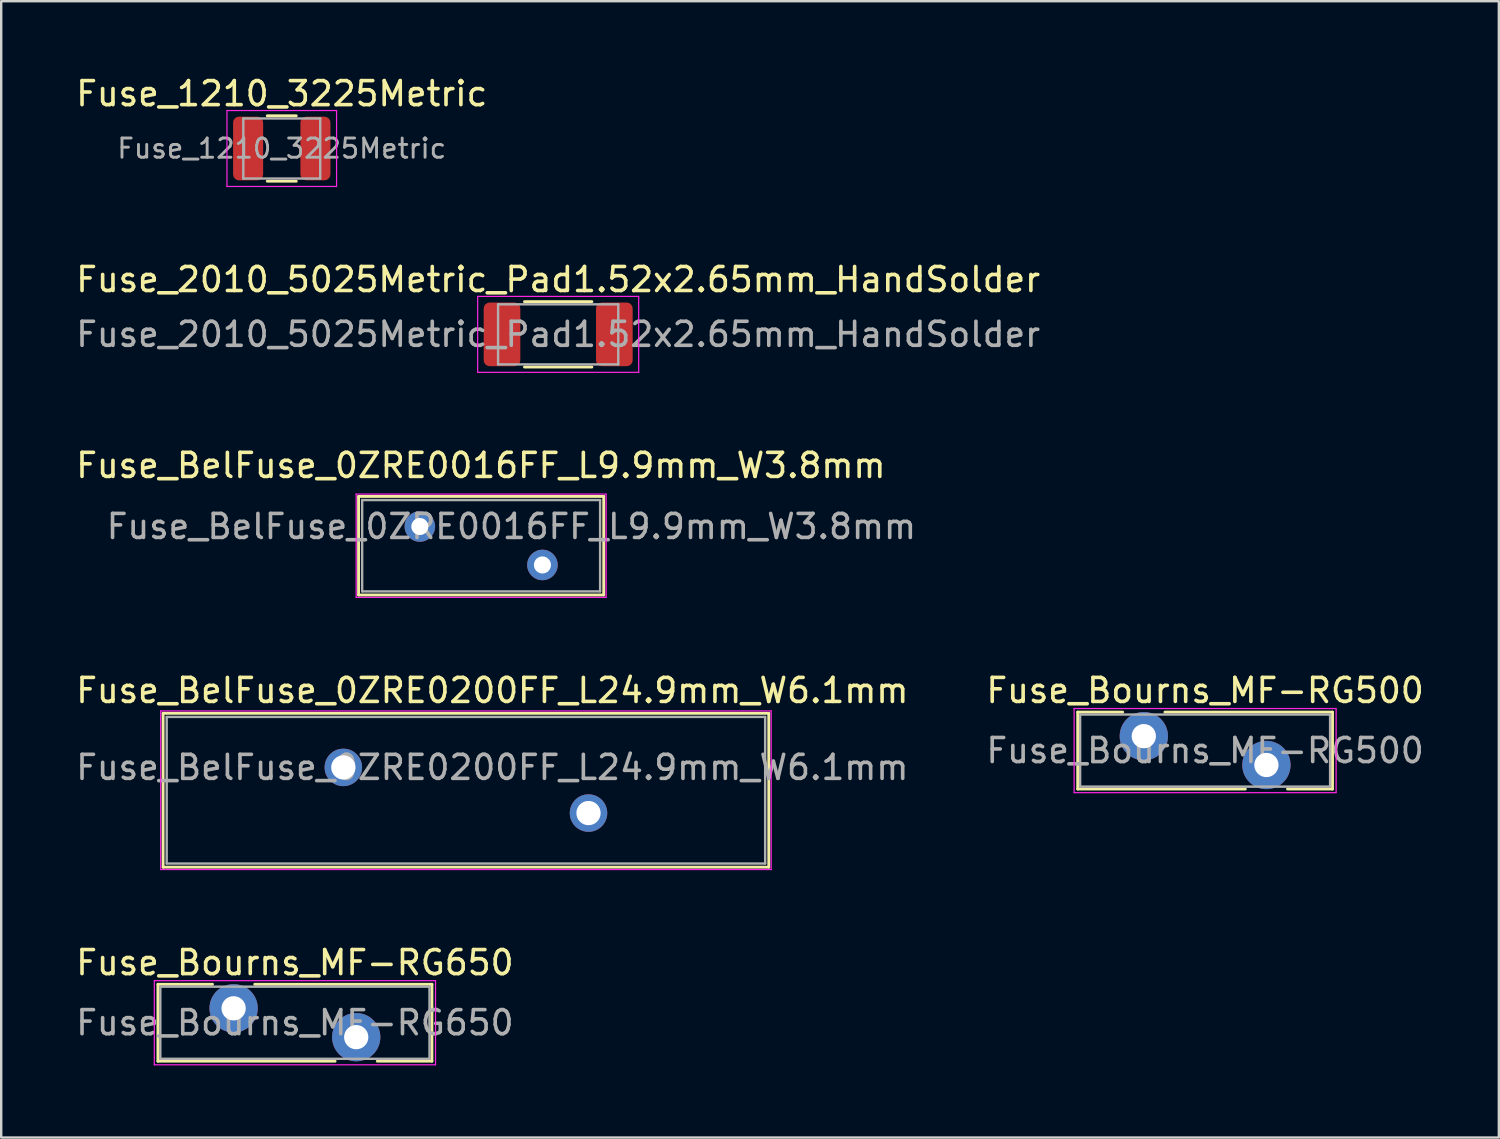
<source format=kicad_pcb>
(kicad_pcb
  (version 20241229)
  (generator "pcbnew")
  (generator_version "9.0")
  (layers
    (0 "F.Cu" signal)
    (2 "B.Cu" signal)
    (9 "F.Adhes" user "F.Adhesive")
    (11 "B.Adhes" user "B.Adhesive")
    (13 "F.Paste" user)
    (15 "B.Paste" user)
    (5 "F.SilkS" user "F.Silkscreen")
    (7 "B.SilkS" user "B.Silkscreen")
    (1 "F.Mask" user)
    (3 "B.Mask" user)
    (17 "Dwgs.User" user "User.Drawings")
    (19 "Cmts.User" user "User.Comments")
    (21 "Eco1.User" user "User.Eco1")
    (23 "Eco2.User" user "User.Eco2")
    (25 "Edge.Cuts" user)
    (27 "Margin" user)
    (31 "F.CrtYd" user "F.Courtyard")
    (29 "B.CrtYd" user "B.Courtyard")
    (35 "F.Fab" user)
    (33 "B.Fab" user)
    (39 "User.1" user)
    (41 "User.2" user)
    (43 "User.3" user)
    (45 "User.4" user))
  (footprint "Fuse_1210_3225Metric"
    (layer "F.Cu")
    (at 8.673 3.128)
    (property "Reference" "Fuse_1210_3225Metric" (at 0 -2.28 0) (layer "F.SilkS") (effects (font (size 1 1) (thickness 0.15))))
    (attr smd)
    (fp_line (start -0.602 -1.36) (end 0.602 -1.36) (stroke (width 0.12) (type solid)) (layer "F.SilkS"))
    (fp_line (start -0.602 1.36) (end 0.602 1.36) (stroke (width 0.12) (type solid)) (layer "F.SilkS"))
    (fp_line (start -2.28 -1.58) (end 2.28 -1.58) (stroke (width 0.05) (type solid)) (layer "F.CrtYd"))
    (fp_line (start -2.28 1.58) (end -2.28 -1.58) (stroke (width 0.05) (type solid)) (layer "F.CrtYd"))
    (fp_line (start 2.28 -1.58) (end 2.28 1.58) (stroke (width 0.05) (type solid)) (layer "F.CrtYd"))
    (fp_line (start 2.28 1.58) (end -2.28 1.58) (stroke (width 0.05) (type solid)) (layer "F.CrtYd"))
    (fp_line (start -1.6 -1.25) (end 1.6 -1.25) (stroke (width 0.1) (type solid)) (layer "F.Fab"))
    (fp_line (start -1.6 1.25) (end -1.6 -1.25) (stroke (width 0.1) (type solid)) (layer "F.Fab"))
    (fp_line (start 1.6 -1.25) (end 1.6 1.25) (stroke (width 0.1) (type solid)) (layer "F.Fab"))
    (fp_line (start 1.6 1.25) (end -1.6 1.25) (stroke (width 0.1) (type solid)) (layer "F.Fab"))
    (fp_text user "${REFERENCE}" (at 0 0 0) (layer "F.Fab") (effects (font (size 0.8 0.8) (thickness 0.12))))
    (pad "1" smd roundrect (at -1.4 0) (size 1.25 2.65) (layers "F.Cu" "F.Mask" "F.Paste") (roundrect_rratio 0.2))
    (pad "2" smd roundrect (at 1.4 0) (size 1.25 2.65) (layers "F.Cu" "F.Mask" "F.Paste") (roundrect_rratio 0.2)))
  (footprint "Fuse_Bourns_MF-RG650"
    (layer "F.Cu")
    (at 6.67 38.901)
    (property "Reference" "Fuse_Bourns_MF-RG650" (at 2.55 -1.9 0) (layer "F.SilkS") (effects (font (size 1 1) (thickness 0.15))))
    (attr through_hole)
    (fp_line (start -3.15 -1) (end -3.15 2.2) (stroke (width 0.12) (type solid)) (layer "F.SilkS"))
    (fp_line (start -3.15 -1) (end -0.879 -1) (stroke (width 0.12) (type solid)) (layer "F.SilkS"))
    (fp_line (start -3.15 2.2) (end 4.222 2.2) (stroke (width 0.12) (type solid)) (layer "F.SilkS"))
    (fp_line (start 0.879 -1) (end 8.25 -1) (stroke (width 0.12) (type solid)) (layer "F.SilkS"))
    (fp_line (start 5.979 2.2) (end 8.25 2.2) (stroke (width 0.12) (type solid)) (layer "F.SilkS"))
    (fp_line (start 8.25 -1) (end 8.25 2.2) (stroke (width 0.12) (type solid)) (layer "F.SilkS"))
    (fp_line (start -3.3 -1.15) (end -3.3 2.35) (stroke (width 0.05) (type solid)) (layer "F.CrtYd"))
    (fp_line (start -3.3 2.35) (end 8.4 2.35) (stroke (width 0.05) (type solid)) (layer "F.CrtYd"))
    (fp_line (start 8.4 -1.15) (end -3.3 -1.15) (stroke (width 0.05) (type solid)) (layer "F.CrtYd"))
    (fp_line (start 8.4 2.35) (end 8.4 -1.15) (stroke (width 0.05) (type solid)) (layer "F.CrtYd"))
    (fp_line (start -3.05 -0.9) (end -3.05 2.1) (stroke (width 0.1) (type solid)) (layer "F.Fab"))
    (fp_line (start -3.05 2.1) (end 8.15 2.1) (stroke (width 0.1) (type solid)) (layer "F.Fab"))
    (fp_line (start 8.15 -0.9) (end -3.05 -0.9) (stroke (width 0.1) (type solid)) (layer "F.Fab"))
    (fp_line (start 8.15 2.1) (end 8.15 -0.9) (stroke (width 0.1) (type solid)) (layer "F.Fab"))
    (fp_text user "${REFERENCE}" (at 2.55 0.6 0) (layer "F.Fab") (effects (font (size 1 1) (thickness 0.15))))
    (pad "1" thru_hole circle (at 0 0) (size 2.01 2.01) (drill 1.01) (layers "*.Cu" "*.Mask"))
    (pad "2" thru_hole circle (at 5.1 1.2) (size 2.01 2.01) (drill 1.01) (layers "*.Cu" "*.Mask")))
  (footprint "Fuse_2010_5025Metric_Pad1.52x2.65mm_HandSolder"
    (layer "F.Cu")
    (at 20.173 10.861)
    (property "Reference" "Fuse_2010_5025Metric_Pad1.52x2.65mm_HandSolder" (at 0 -2.28 0) (layer "F.SilkS") (effects (font (size 1 1) (thickness 0.15))))
    (attr smd)
    (fp_line (start -1.402 -1.36) (end 1.402 -1.36) (stroke (width 0.12) (type solid)) (layer "F.SilkS"))
    (fp_line (start -1.402 1.36) (end 1.402 1.36) (stroke (width 0.12) (type solid)) (layer "F.SilkS"))
    (fp_line (start -3.35 -1.58) (end 3.35 -1.58) (stroke (width 0.05) (type solid)) (layer "F.CrtYd"))
    (fp_line (start -3.35 1.58) (end -3.35 -1.58) (stroke (width 0.05) (type solid)) (layer "F.CrtYd"))
    (fp_line (start 3.35 -1.58) (end 3.35 1.58) (stroke (width 0.05) (type solid)) (layer "F.CrtYd"))
    (fp_line (start 3.35 1.58) (end -3.35 1.58) (stroke (width 0.05) (type solid)) (layer "F.CrtYd"))
    (fp_line (start -2.5 -1.25) (end 2.5 -1.25) (stroke (width 0.1) (type solid)) (layer "F.Fab"))
    (fp_line (start -2.5 1.25) (end -2.5 -1.25) (stroke (width 0.1) (type solid)) (layer "F.Fab"))
    (fp_line (start 2.5 -1.25) (end 2.5 1.25) (stroke (width 0.1) (type solid)) (layer "F.Fab"))
    (fp_line (start 2.5 1.25) (end -2.5 1.25) (stroke (width 0.1) (type solid)) (layer "F.Fab"))
    (fp_text user "${REFERENCE}" (at 0 0 0) (layer "F.Fab") (effects (font (size 1 1) (thickness 0.15))))
    (pad "1" smd roundrect (at -2.337 0) (size 1.525 2.65) (layers "F.Cu" "F.Mask" "F.Paste") (roundrect_rratio 0.164))
    (pad "2" smd roundrect (at 2.337 0) (size 1.525 2.65) (layers "F.Cu" "F.Mask" "F.Paste") (roundrect_rratio 0.164)))
  (footprint "Fuse_BelFuse_0ZRE0016FF_L9.9mm_W3.8mm"
    (layer "F.Cu")
    (at 14.418 18.855)
    (property "Reference" "Fuse_BelFuse_0ZRE0016FF_L9.9mm_W3.8mm" (at 2.54 -2.54 0) (layer "F.SilkS") (effects (font (size 1 1) (thickness 0.15))))
    (attr through_hole)
    (fp_line (start -2.55 -1.25) (end -2.55 2.85) (stroke (width 0.12) (type solid)) (layer "F.SilkS"))
    (fp_line (start -2.55 -1.25) (end 7.65 -1.25) (stroke (width 0.12) (type solid)) (layer "F.SilkS"))
    (fp_line (start -2.55 2.85) (end 7.65 2.85) (stroke (width 0.12) (type solid)) (layer "F.SilkS"))
    (fp_line (start 7.65 -1.25) (end 7.65 2.85) (stroke (width 0.12) (type solid)) (layer "F.SilkS"))
    (fp_line (start -2.65 -1.35) (end -2.65 2.95) (stroke (width 0.05) (type solid)) (layer "F.CrtYd"))
    (fp_line (start -2.65 -1.35) (end 7.75 -1.35) (stroke (width 0.05) (type solid)) (layer "F.CrtYd"))
    (fp_line (start -2.65 2.95) (end 7.75 2.95) (stroke (width 0.05) (type solid)) (layer "F.CrtYd"))
    (fp_line (start 7.75 -1.35) (end 7.75 2.95) (stroke (width 0.05) (type solid)) (layer "F.CrtYd"))
    (fp_line (start -2.4 -1.1) (end -2.4 2.7) (stroke (width 0.1) (type solid)) (layer "F.Fab"))
    (fp_line (start -2.4 -1.1) (end 7.5 -1.1) (stroke (width 0.1) (type solid)) (layer "F.Fab"))
    (fp_line (start -2.4 2.7) (end 7.5 2.7) (stroke (width 0.1) (type solid)) (layer "F.Fab"))
    (fp_line (start 7.5 -1.1) (end 7.5 2.7) (stroke (width 0.1) (type solid)) (layer "F.Fab"))
    (fp_text user "${REFERENCE}" (at 3.81 0 0) (layer "F.Fab") (effects (font (size 1 1) (thickness 0.15))))
    (pad "1" thru_hole circle (at 0 0) (size 1.27 1.27) (drill 0.71) (layers "*.Cu" "*.Mask"))
    (pad "2" thru_hole circle (at 5.1 1.6) (size 1.27 1.27) (drill 0.71) (layers "*.Cu" "*.Mask")))
  (footprint "Fuse_Bourns_MF-RG500"
    (layer "F.Cu")
    (at 44.539 27.578)
    (property "Reference" "Fuse_Bourns_MF-RG500" (at 2.55 -1.9 0) (layer "F.SilkS") (effects (font (size 1 1) (thickness 0.15))))
    (attr through_hole)
    (fp_line (start -2.751 -1) (end -2.751 2.2) (stroke (width 0.12) (type solid)) (layer "F.SilkS"))
    (fp_line (start -2.751 -1) (end -0.879 -1) (stroke (width 0.12) (type solid)) (layer "F.SilkS"))
    (fp_line (start -2.751 2.2) (end 4.222 2.2) (stroke (width 0.12) (type solid)) (layer "F.SilkS"))
    (fp_line (start 0.879 -1) (end 7.85 -1) (stroke (width 0.12) (type solid)) (layer "F.SilkS"))
    (fp_line (start 5.979 2.2) (end 7.85 2.2) (stroke (width 0.12) (type solid)) (layer "F.SilkS"))
    (fp_line (start 7.85 -1) (end 7.85 2.2) (stroke (width 0.12) (type solid)) (layer "F.SilkS"))
    (fp_line (start -2.9 -1.15) (end -2.9 2.35) (stroke (width 0.05) (type solid)) (layer "F.CrtYd"))
    (fp_line (start -2.9 2.35) (end 8 2.35) (stroke (width 0.05) (type solid)) (layer "F.CrtYd"))
    (fp_line (start 8 -1.15) (end -2.9 -1.15) (stroke (width 0.05) (type solid)) (layer "F.CrtYd"))
    (fp_line (start 8 2.35) (end 8 -1.15) (stroke (width 0.05) (type solid)) (layer "F.CrtYd"))
    (fp_line (start -2.65 -0.9) (end -2.65 2.1) (stroke (width 0.1) (type solid)) (layer "F.Fab"))
    (fp_line (start -2.65 2.1) (end 7.75 2.1) (stroke (width 0.1) (type solid)) (layer "F.Fab"))
    (fp_line (start 7.75 -0.9) (end -2.65 -0.9) (stroke (width 0.1) (type solid)) (layer "F.Fab"))
    (fp_line (start 7.75 2.1) (end 7.75 -0.9) (stroke (width 0.1) (type solid)) (layer "F.Fab"))
    (fp_text user "${REFERENCE}" (at 2.55 0.6 0) (layer "F.Fab") (effects (font (size 1 1) (thickness 0.15))))
    (pad "1" thru_hole circle (at 0 0) (size 2.01 2.01) (drill 1.01) (layers "*.Cu" "*.Mask"))
    (pad "2" thru_hole circle (at 5.1 1.2) (size 2.01 2.01) (drill 1.01) (layers "*.Cu" "*.Mask")))
  (footprint "Fuse_BelFuse_0ZRE0200FF_L24.9mm_W6.1mm"
    (layer "F.Cu")
    (at 11.235 28.878)
    (property "Reference" "Fuse_BelFuse_0ZRE0200FF_L24.9mm_W6.1mm" (at 6.2 -3.2 0) (layer "F.SilkS") (effects (font (size 1 1) (thickness 0.15))))
    (attr through_hole)
    (fp_line (start -7.5 -2.25) (end -7.5 4.15) (stroke (width 0.12) (type solid)) (layer "F.SilkS"))
    (fp_line (start -7.5 -2.25) (end 17.7 -2.25) (stroke (width 0.12) (type solid)) (layer "F.SilkS"))
    (fp_line (start -7.5 4.15) (end 17.7 4.15) (stroke (width 0.12) (type solid)) (layer "F.SilkS"))
    (fp_line (start 17.7 -2.25) (end 17.7 4.15) (stroke (width 0.12) (type solid)) (layer "F.SilkS"))
    (fp_line (start -7.6 -2.35) (end -7.6 4.25) (stroke (width 0.05) (type solid)) (layer "F.CrtYd"))
    (fp_line (start -7.6 -2.35) (end 17.8 -2.35) (stroke (width 0.05) (type solid)) (layer "F.CrtYd"))
    (fp_line (start -7.6 4.25) (end 17.8 4.25) (stroke (width 0.05) (type solid)) (layer "F.CrtYd"))
    (fp_line (start 17.8 -2.35) (end 17.8 4.25) (stroke (width 0.05) (type solid)) (layer "F.CrtYd"))
    (fp_line (start -7.35 -2.1) (end -7.35 4) (stroke (width 0.1) (type solid)) (layer "F.Fab"))
    (fp_line (start -7.35 -2.1) (end 17.55 -2.1) (stroke (width 0.1) (type solid)) (layer "F.Fab"))
    (fp_line (start -7.35 4) (end 17.55 4) (stroke (width 0.1) (type solid)) (layer "F.Fab"))
    (fp_line (start 17.55 -2.1) (end 17.55 4) (stroke (width 0.1) (type solid)) (layer "F.Fab"))
    (fp_text user "${REFERENCE}" (at 6.2 0 0) (layer "F.Fab") (effects (font (size 1 1) (thickness 0.15))))
    (pad "1" thru_hole circle (at 0 0) (size 1.56 1.56) (drill 1.01) (layers "*.Cu" "*.Mask"))
    (pad "2" thru_hole circle (at 10.2 1.9) (size 1.56 1.56) (drill 1.01) (layers "*.Cu" "*.Mask")))
  (gr_rect
    (start -3 -3)
    (end 59.31 44.276)
    (stroke (width 0.1) (type default))
    (fill no)
    (layer "Edge.Cuts")))
</source>
